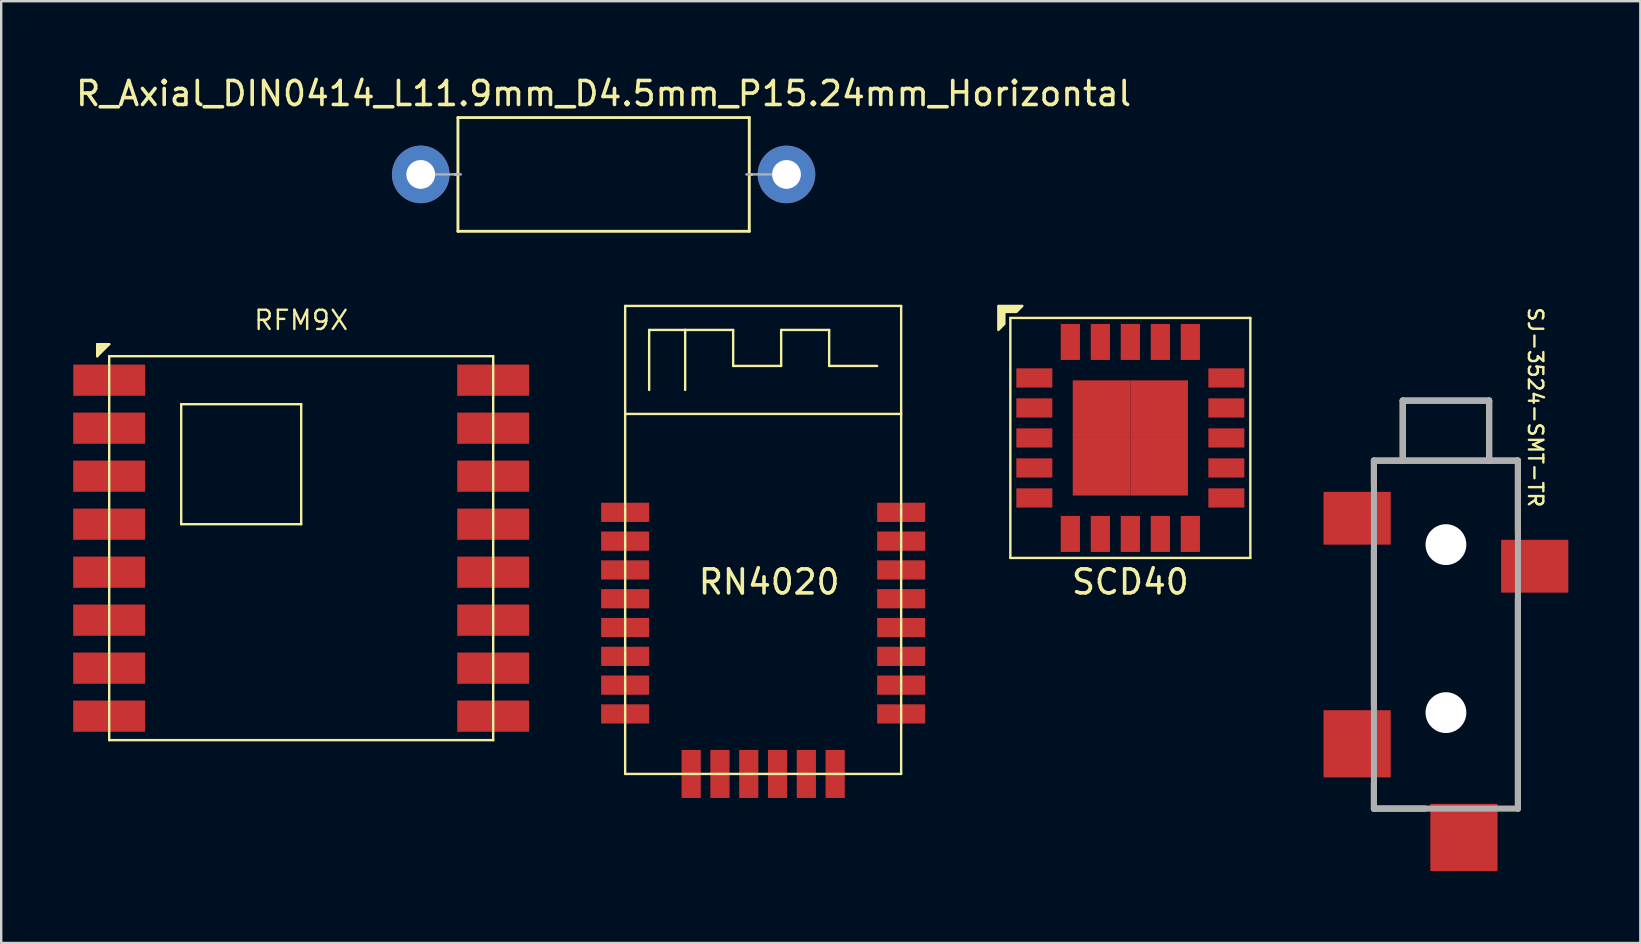
<source format=kicad_pcb>
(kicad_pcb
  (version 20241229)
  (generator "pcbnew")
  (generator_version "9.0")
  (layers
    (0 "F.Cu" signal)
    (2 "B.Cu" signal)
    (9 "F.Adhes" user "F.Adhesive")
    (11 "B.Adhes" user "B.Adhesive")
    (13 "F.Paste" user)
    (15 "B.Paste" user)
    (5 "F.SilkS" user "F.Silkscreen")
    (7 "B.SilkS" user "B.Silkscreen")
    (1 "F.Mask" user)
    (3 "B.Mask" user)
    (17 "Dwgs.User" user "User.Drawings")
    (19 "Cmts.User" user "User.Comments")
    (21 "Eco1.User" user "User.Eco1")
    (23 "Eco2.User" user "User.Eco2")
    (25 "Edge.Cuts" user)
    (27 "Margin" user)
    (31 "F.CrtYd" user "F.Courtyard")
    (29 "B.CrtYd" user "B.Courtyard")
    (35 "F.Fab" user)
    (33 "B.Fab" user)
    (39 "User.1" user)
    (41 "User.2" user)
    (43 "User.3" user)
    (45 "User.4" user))
  (footprint "RN4020"
    (layer "F.Cu")
    (at 28.749 19.448)
    (property "Reference" "RN4020" (at 0.25 1.75 0) (layer "F.SilkS") (effects (font (size 1 1) (thickness 0.15))))
    (attr through_hole)
    (fp_line (start -5.75 -9.75) (end -5.75 9.75) (stroke (width 0.1) (type solid)) (layer "F.SilkS"))
    (fp_line (start -5.75 -5.25) (end 5.75 -5.25) (stroke (width 0.1) (type solid)) (layer "F.SilkS"))
    (fp_line (start -5.75 9.75) (end 5.75 9.75) (stroke (width 0.1) (type solid)) (layer "F.SilkS"))
    (fp_line (start -4.75 -8.75) (end -3.25 -8.75) (stroke (width 0.1) (type solid)) (layer "F.SilkS"))
    (fp_line (start -4.75 -6.25) (end -4.75 -8.75) (stroke (width 0.1) (type solid)) (layer "F.SilkS"))
    (fp_line (start -3.25 -8.75) (end -3.25 -6.25) (stroke (width 0.1) (type solid)) (layer "F.SilkS"))
    (fp_line (start -1.25 -8.75) (end -3.25 -8.75) (stroke (width 0.1) (type solid)) (layer "F.SilkS"))
    (fp_line (start -1.25 -8.75) (end -1.25 -7.25) (stroke (width 0.1) (type solid)) (layer "F.SilkS"))
    (fp_line (start -1.25 -7.25) (end 0.75 -7.25) (stroke (width 0.1) (type solid)) (layer "F.SilkS"))
    (fp_line (start 0.75 -8.75) (end 2.75 -8.75) (stroke (width 0.1) (type solid)) (layer "F.SilkS"))
    (fp_line (start 0.75 -7.25) (end 0.75 -8.75) (stroke (width 0.1) (type solid)) (layer "F.SilkS"))
    (fp_line (start 2.75 -8.75) (end 2.75 -7.25) (stroke (width 0.1) (type solid)) (layer "F.SilkS"))
    (fp_line (start 2.75 -7.25) (end 4.75 -7.25) (stroke (width 0.1) (type solid)) (layer "F.SilkS"))
    (fp_line (start 5.75 -9.75) (end -5.75 -9.75) (stroke (width 0.1) (type solid)) (layer "F.SilkS"))
    (fp_line (start 5.75 9.75) (end 5.75 -9.75) (stroke (width 0.1) (type solid)) (layer "F.SilkS"))
    (pad "1" smd rect (at -5.75 -1.15) (size 2 0.8) (layers "F.Cu" "F.Mask" "F.Paste"))
    (pad "2" smd rect (at -5.75 0.05) (size 2 0.8) (layers "F.Cu" "F.Mask" "F.Paste"))
    (pad "3" smd rect (at -5.75 1.25) (size 2 0.8) (layers "F.Cu" "F.Mask" "F.Paste"))
    (pad "4" smd rect (at -5.75 2.45) (size 2 0.8) (layers "F.Cu" "F.Mask" "F.Paste"))
    (pad "5" smd rect (at -5.75 3.65) (size 2 0.8) (layers "F.Cu" "F.Mask" "F.Paste"))
    (pad "6" smd rect (at -5.75 4.85) (size 2 0.8) (layers "F.Cu" "F.Mask" "F.Paste"))
    (pad "7" smd rect (at -5.75 6.05) (size 2 0.8) (layers "F.Cu" "F.Mask" "F.Paste"))
    (pad "8" smd rect (at -5.75 7.25) (size 2 0.8) (layers "F.Cu" "F.Mask" "F.Paste"))
    (pad "10" smd rect (at -3 9.75 90) (size 2 0.8) (layers "F.Cu" "F.Mask" "F.Paste"))
    (pad "11" smd rect (at -1.8 9.75 90) (size 2 0.8) (layers "F.Cu" "F.Mask" "F.Paste"))
    (pad "12" smd rect (at -0.6 9.75 90) (size 2 0.8) (layers "F.Cu" "F.Mask" "F.Paste"))
    (pad "13" smd rect (at 0.6 9.75 90) (size 2 0.8) (layers "F.Cu" "F.Mask" "F.Paste"))
    (pad "14" smd rect (at 1.8 9.75 90) (size 2 0.8) (layers "F.Cu" "F.Mask" "F.Paste"))
    (pad "15" smd rect (at 3 9.75 90) (size 2 0.8) (layers "F.Cu" "F.Mask" "F.Paste"))
    (pad "17" smd rect (at 5.75 7.25) (size 2 0.8) (layers "F.Cu" "F.Mask" "F.Paste"))
    (pad "18" smd rect (at 5.75 6.05) (size 2 0.8) (layers "F.Cu" "F.Mask" "F.Paste"))
    (pad "19" smd rect (at 5.75 4.85) (size 2 0.8) (layers "F.Cu" "F.Mask" "F.Paste"))
    (pad "20" smd rect (at 5.75 3.65) (size 2 0.8) (layers "F.Cu" "F.Mask" "F.Paste"))
    (pad "21" smd rect (at 5.75 2.45) (size 2 0.8) (layers "F.Cu" "F.Mask" "F.Paste"))
    (pad "22" smd rect (at 5.75 1.25) (size 2 0.8) (layers "F.Cu" "F.Mask" "F.Paste"))
    (pad "23" smd rect (at 5.75 0.05) (size 2 0.8) (layers "F.Cu" "F.Mask" "F.Paste"))
    (pad "24" smd rect (at 5.75 -1.15) (size 2 0.8) (layers "F.Cu" "F.Mask" "F.Paste")))
  (footprint "SJ-3524-SMT-TR"
    (layer "F.Cu")
    (at 57.199 23.393)
    (property "Reference" "SJ-3524-SMT-TR" (at 3.73 -5.25 270) (unlocked yes) (layer "F.SilkS") (effects (font (size 0.6 0.6) (thickness 0.1)) (justify right)))
    (attr smd)
    (fp_line (start -3 -7.25) (end -3 -6.187) (stroke (width 0.254) (type solid)) (layer "F.SilkS"))
    (fp_line (start -3 -3.525) (end -3 2.918) (stroke (width 0.254) (type solid)) (layer "F.SilkS"))
    (fp_line (start -3 7.25) (end -3 6.189) (stroke (width 0.254) (type solid)) (layer "F.SilkS"))
    (fp_line (start -3 7.25) (end -0.88 7.25) (stroke (width 0.254) (type solid)) (layer "F.SilkS"))
    (fp_line (start -1.8 -9.75) (end -1.8 -7.25) (stroke (width 0.254) (type solid)) (layer "F.SilkS"))
    (fp_line (start -1.8 -7.25) (end -3 -7.25) (stroke (width 0.254) (type solid)) (layer "F.SilkS"))
    (fp_line (start -1.8 -7.25) (end 1.8 -7.25) (stroke (width 0.254) (type solid)) (layer "F.SilkS"))
    (fp_line (start 1.8 -9.75) (end -1.8 -9.75) (stroke (width 0.254) (type solid)) (layer "F.SilkS"))
    (fp_line (start 1.8 -7.25) (end 1.8 -9.75) (stroke (width 0.254) (type solid)) (layer "F.SilkS"))
    (fp_line (start 1.8 -7.25) (end 3 -7.25) (stroke (width 0.254) (type solid)) (layer "F.SilkS"))
    (fp_line (start 3 -7.25) (end 3 -4.19) (stroke (width 0.254) (type solid)) (layer "F.SilkS"))
    (fp_line (start 3 7.25) (end 3 -1.5) (stroke (width 0.254) (type solid)) (layer "F.SilkS"))
    (fp_line (start -3 -7.25) (end 3 -7.25) (stroke (width 0.254) (type solid)) (layer "F.Fab"))
    (fp_line (start -3 7.25) (end -3 -7.25) (stroke (width 0.254) (type solid)) (layer "F.Fab"))
    (fp_line (start -1.8 -9.75) (end -1.8 -7.25) (stroke (width 0.254) (type solid)) (layer "F.Fab"))
    (fp_line (start 1.8 -9.75) (end -1.8 -9.75) (stroke (width 0.254) (type solid)) (layer "F.Fab"))
    (fp_line (start 1.8 -7.25) (end 1.8 -9.75) (stroke (width 0.254) (type solid)) (layer "F.Fab"))
    (fp_line (start 3 -7.25) (end 3 7.25) (stroke (width 0.254) (type solid)) (layer "F.Fab"))
    (fp_line (start 3 7.25) (end -3 7.25) (stroke (width 0.254) (type solid)) (layer "F.Fab"))
    (pad "" np_thru_hole circle (at 0 -3.75 270) (size 1.7 1.7) (drill 1.7) (layers "*.Cu" "*.Mask"))
    (pad "" np_thru_hole circle (at 0 3.25 270) (size 1.7 1.7) (drill 1.7) (layers "*.Cu" "*.Mask"))
    (pad "1" smd rect (at -3.7 -4.85 270) (size 2.2 2.8) (layers "F.Cu" "F.Mask" "F.Paste"))
    (pad "2" smd rect (at -3.7 4.55) (size 2.8 2.8) (layers "F.Cu" "F.Mask" "F.Paste"))
    (pad "3" smd rect (at 3.7 -2.85 270) (size 2.2 2.8) (layers "F.Cu" "F.Mask" "F.Paste"))
    (pad "4" smd rect (at 0.75 8.45) (size 2.8 2.8) (layers "F.Cu" "F.Mask" "F.Paste")))
  (footprint "R_Axial_DIN0414_L11.9mm_D4.5mm_P15.24mm_Horizontal"
    (layer "F.Cu")
    (at 14.481 4.218)
    (property "Reference" "R_Axial_DIN0414_L11.9mm_D4.5mm_P15.24mm_Horizontal" (at 7.62 -3.37 0) (layer "F.SilkS") (effects (font (size 1 1) (thickness 0.15))))
    (attr through_hole)
    (fp_line (start 1.44 0) (end 1.55 0) (stroke (width 0.12) (type solid)) (layer "F.SilkS"))
    (fp_line (start 1.55 -2.37) (end 1.55 2.37) (stroke (width 0.12) (type solid)) (layer "F.SilkS"))
    (fp_line (start 1.55 2.37) (end 13.69 2.37) (stroke (width 0.12) (type solid)) (layer "F.SilkS"))
    (fp_line (start 13.69 -2.37) (end 1.55 -2.37) (stroke (width 0.12) (type solid)) (layer "F.SilkS"))
    (fp_line (start 13.69 2.37) (end 13.69 -2.37) (stroke (width 0.12) (type solid)) (layer "F.SilkS"))
    (fp_line (start 13.8 0) (end 13.69 0) (stroke (width 0.12) (type solid)) (layer "F.SilkS"))
    (fp_line (start 0 0) (end 1.67 0) (stroke (width 0.1) (type solid)) (layer "F.Fab"))
    (fp_line (start 15.24 0) (end 13.57 0) (stroke (width 0.1) (type solid)) (layer "F.Fab"))
    (pad "1" thru_hole circle (at 0 0) (size 2.4 2.4) (drill 1.2) (layers "*.Cu" "*.Mask"))
    (pad "2" thru_hole oval (at 15.24 0) (size 2.4 2.4) (drill 1.2) (layers "*.Cu" "*.Mask")))
  (footprint "RFM9X"
    (layer "F.Cu")
    (at 9.5 19.791)
    (property "Reference" "RFM9X" (at 0 -9.5 0) (layer "F.SilkS") (effects (font (size 0.8 0.8) (thickness 0.1))))
    (attr through_hole)
    (fp_line (start -8.5 -8.5) (end -8 -8.5) (stroke (width 0.1) (type solid)) (layer "F.SilkS"))
    (fp_line (start -8.5 -8.4) (end -8.4 -8.5) (stroke (width 0.1) (type solid)) (layer "F.SilkS"))
    (fp_line (start -8.5 -8.3) (end -8.3 -8.5) (stroke (width 0.1) (type solid)) (layer "F.SilkS"))
    (fp_line (start -8.5 -8.2) (end -8.2 -8.5) (stroke (width 0.1) (type solid)) (layer "F.SilkS"))
    (fp_line (start -8.5 -8.1) (end -8.1 -8.5) (stroke (width 0.1) (type solid)) (layer "F.SilkS"))
    (fp_line (start -8.5 -8) (end -8.5 -8.5) (stroke (width 0.1) (type solid)) (layer "F.SilkS"))
    (fp_line (start -8 -8.5) (end -8.5 -8) (stroke (width 0.1) (type solid)) (layer "F.SilkS"))
    (fp_line (start -8 -8) (end 8 -8) (stroke (width 0.1) (type solid)) (layer "F.SilkS"))
    (fp_line (start -8 8) (end -8 -8) (stroke (width 0.1) (type solid)) (layer "F.SilkS"))
    (fp_line (start -5 -6) (end 0 -6) (stroke (width 0.1) (type solid)) (layer "F.SilkS"))
    (fp_line (start -5 -1) (end -5 -6) (stroke (width 0.1) (type solid)) (layer "F.SilkS"))
    (fp_line (start 0 -6) (end 0 -1) (stroke (width 0.1) (type solid)) (layer "F.SilkS"))
    (fp_line (start 0 -1) (end -5 -1) (stroke (width 0.1) (type solid)) (layer "F.SilkS"))
    (fp_line (start 8 -8) (end 8 8) (stroke (width 0.1) (type solid)) (layer "F.SilkS"))
    (fp_line (start 8 8) (end -8 8) (stroke (width 0.1) (type solid)) (layer "F.SilkS"))
    (pad "1" smd rect (at -7.998 -7) (size 2.997 1.3) (layers "F.Cu" "F.Mask" "F.Paste"))
    (pad "2" smd rect (at -8.001 -5) (size 2.997 1.3) (layers "F.Cu" "F.Mask" "F.Paste"))
    (pad "3" smd rect (at -8.001 -3) (size 2.997 1.3) (layers "F.Cu" "F.Mask" "F.Paste"))
    (pad "4" smd rect (at -8.001 -1) (size 2.997 1.3) (layers "F.Cu" "F.Mask" "F.Paste"))
    (pad "5" smd rect (at -8.001 1) (size 2.997 1.3) (layers "F.Cu" "F.Mask" "F.Paste"))
    (pad "6" smd rect (at -8.001 3) (size 2.997 1.3) (layers "F.Cu" "F.Mask" "F.Paste"))
    (pad "7" smd rect (at -8.001 5) (size 2.997 1.3) (layers "F.Cu" "F.Mask" "F.Paste"))
    (pad "8" smd rect (at -8.001 7) (size 2.997 1.3) (layers "F.Cu" "F.Mask" "F.Paste"))
    (pad "9" smd rect (at 8.001 7) (size 2.997 1.3) (layers "F.Cu" "F.Mask" "F.Paste"))
    (pad "10" smd rect (at 8.001 5) (size 2.997 1.3) (layers "F.Cu" "F.Mask" "F.Paste"))
    (pad "11" smd rect (at 8.001 3) (size 2.997 1.3) (layers "F.Cu" "F.Mask" "F.Paste"))
    (pad "12" smd rect (at 8.001 1) (size 2.997 1.3) (layers "F.Cu" "F.Mask" "F.Paste"))
    (pad "13" smd rect (at 8.001 -1) (size 2.997 1.3) (layers "F.Cu" "F.Mask" "F.Paste"))
    (pad "14" smd rect (at 8.001 -3) (size 2.997 1.3) (layers "F.Cu" "F.Mask" "F.Paste"))
    (pad "15" smd rect (at 8 -5) (size 2.997 1.3) (layers "F.Cu" "F.Mask" "F.Paste"))
    (pad "16" smd rect (at 8 -7) (size 2.997 1.3) (layers "F.Cu" "F.Mask" "F.Paste")))
  (footprint "SCD40"
    (layer "F.Cu")
    (at 44.049 15.198)
    (property "Reference" "SCD40" (at 0 6 0) (layer "F.SilkS") (effects (font (size 1 1) (thickness 0.15))))
    (attr smd)
    (fp_line (start -5 -5) (end 5 -5) (stroke (width 0.1) (type solid)) (layer "F.SilkS"))
    (fp_line (start -5 5) (end -5 -5) (stroke (width 0.1) (type solid)) (layer "F.SilkS"))
    (fp_line (start 5 -5) (end 5 5) (stroke (width 0.1) (type solid)) (layer "F.SilkS"))
    (fp_line (start 5 5) (end -5 5) (stroke (width 0.1) (type solid)) (layer "F.SilkS"))
    (fp_poly (pts (xy -4.75 -5.25) (xy -5.25 -5.25) (xy -5.25 -4.75) (xy -5.5 -4.5) (xy -5.5 -5.5) (xy -4.5 -5.5)) (stroke (width 0.1) (type solid)) (fill yes) (layer "F.SilkS"))
    (pad "1" smd rect (at -4 -2.5) (size 1.5 0.8) (layers "F.Cu" "F.Mask" "F.Paste"))
    (pad "2" smd rect (at -4 -1.25) (size 1.5 0.8) (layers "F.Cu" "F.Mask" "F.Paste"))
    (pad "3" smd rect (at -4 0) (size 1.5 0.8) (layers "F.Cu" "F.Mask" "F.Paste"))
    (pad "4" smd rect (at -4 1.25) (size 1.5 0.8) (layers "F.Cu" "F.Mask" "F.Paste"))
    (pad "5" smd rect (at -4 2.5) (size 1.5 0.8) (layers "F.Cu" "F.Mask" "F.Paste"))
    (pad "6" smd rect (at -2.5 4 90) (size 1.5 0.8) (layers "F.Cu" "F.Mask" "F.Paste"))
    (pad "7" smd rect (at -1.25 4 90) (size 1.5 0.8) (layers "F.Cu" "F.Mask" "F.Paste"))
    (pad "8" smd rect (at 0 4 90) (size 1.5 0.8) (layers "F.Cu" "F.Mask" "F.Paste"))
    (pad "9" smd rect (at 1.25 4 90) (size 1.5 0.8) (layers "F.Cu" "F.Mask" "F.Paste"))
    (pad "10" smd rect (at 2.5 4 90) (size 1.5 0.8) (layers "F.Cu" "F.Mask" "F.Paste"))
    (pad "11" smd rect (at 4 2.5 180) (size 1.5 0.8) (layers "F.Cu" "F.Mask" "F.Paste"))
    (pad "12" smd rect (at 4 1.25 180) (size 1.5 0.8) (layers "F.Cu" "F.Mask" "F.Paste"))
    (pad "13" smd rect (at 4 0 180) (size 1.5 0.8) (layers "F.Cu" "F.Mask" "F.Paste"))
    (pad "14" smd rect (at 4 -1.25 180) (size 1.5 0.8) (layers "F.Cu" "F.Mask" "F.Paste"))
    (pad "15" smd rect (at 4 -2.5 180) (size 1.5 0.8) (layers "F.Cu" "F.Mask" "F.Paste"))
    (pad "16" smd rect (at 2.5 -4 270) (size 1.5 0.8) (layers "F.Cu" "F.Mask" "F.Paste"))
    (pad "17" smd rect (at 1.25 -4 270) (size 1.5 0.8) (layers "F.Cu" "F.Mask" "F.Paste"))
    (pad "18" smd rect (at 0 -4 270) (size 1.5 0.8) (layers "F.Cu" "F.Mask" "F.Paste"))
    (pad "19" smd rect (at -1.25 -4 270) (size 1.5 0.8) (layers "F.Cu" "F.Mask" "F.Paste"))
    (pad "20" smd rect (at -2.5 -4 270) (size 1.5 0.8) (layers "F.Cu" "F.Mask" "F.Paste"))
    (pad "21" smd rect (at -1.2 -1.2 270) (size 2.4 2.4) (layers "F.Cu" "F.Mask" "F.Paste"))
    (pad "21" smd rect (at -1.2 1.2 270) (size 2.4 2.4) (layers "F.Cu" "F.Mask" "F.Paste"))
    (pad "21" smd rect (at 1.2 -1.2 270) (size 2.4 2.4) (layers "F.Cu" "F.Mask" "F.Paste"))
    (pad "21" smd rect (at 1.2 1.2 270) (size 2.4 2.4) (layers "F.Cu" "F.Mask" "F.Paste")))
  (gr_rect
    (start -3 -3)
    (end 65.299 36.243)
    (stroke (width 0.1) (type default))
    (fill no)
    (layer "Edge.Cuts")))
</source>
